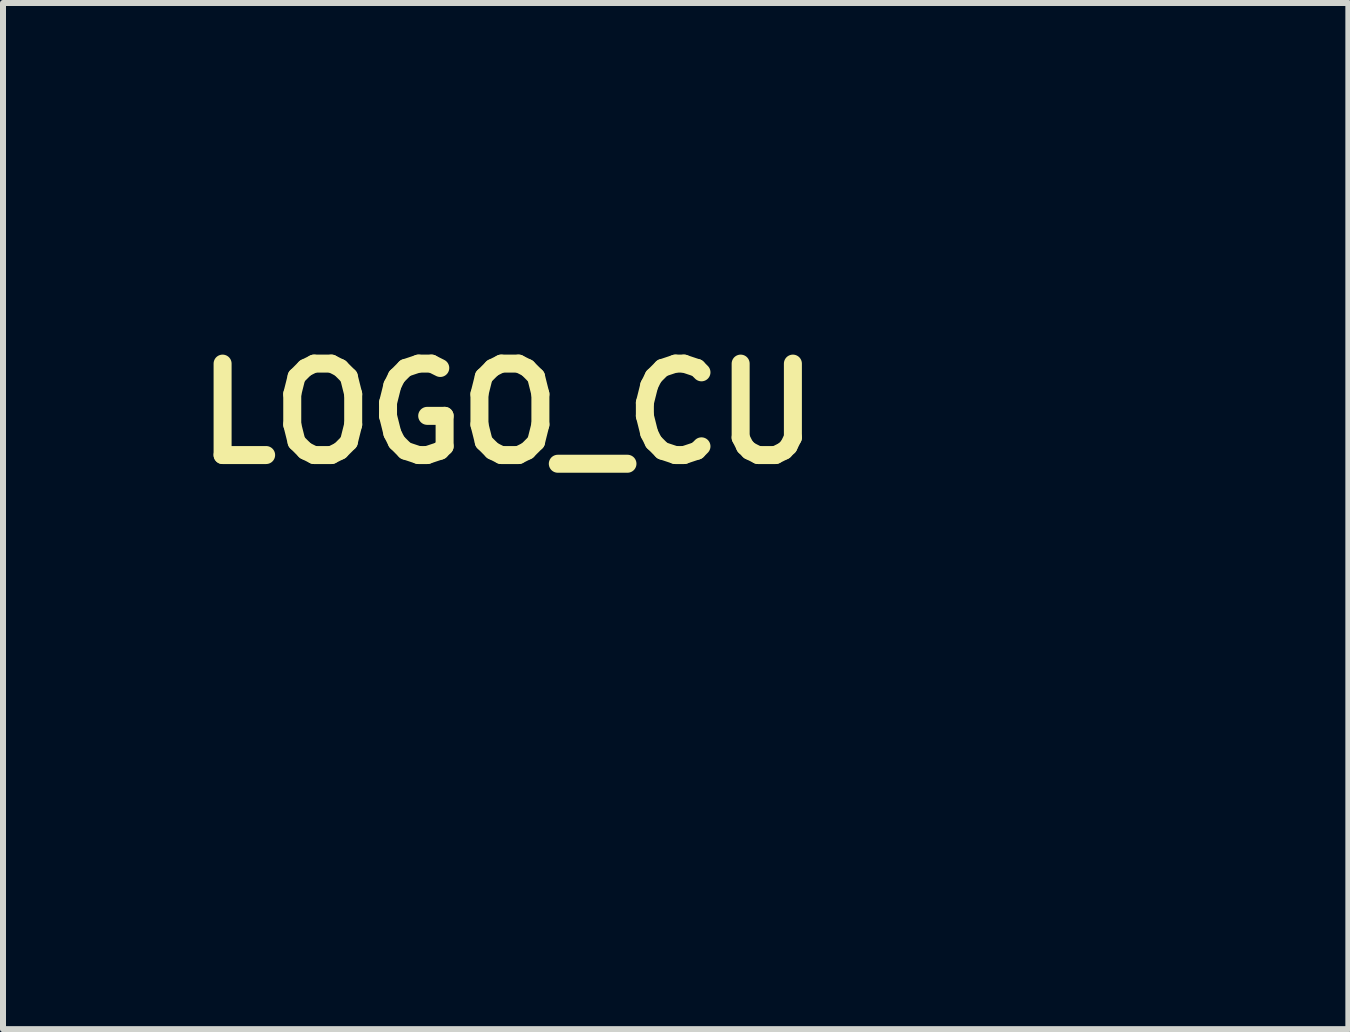
<source format=kicad_pcb>
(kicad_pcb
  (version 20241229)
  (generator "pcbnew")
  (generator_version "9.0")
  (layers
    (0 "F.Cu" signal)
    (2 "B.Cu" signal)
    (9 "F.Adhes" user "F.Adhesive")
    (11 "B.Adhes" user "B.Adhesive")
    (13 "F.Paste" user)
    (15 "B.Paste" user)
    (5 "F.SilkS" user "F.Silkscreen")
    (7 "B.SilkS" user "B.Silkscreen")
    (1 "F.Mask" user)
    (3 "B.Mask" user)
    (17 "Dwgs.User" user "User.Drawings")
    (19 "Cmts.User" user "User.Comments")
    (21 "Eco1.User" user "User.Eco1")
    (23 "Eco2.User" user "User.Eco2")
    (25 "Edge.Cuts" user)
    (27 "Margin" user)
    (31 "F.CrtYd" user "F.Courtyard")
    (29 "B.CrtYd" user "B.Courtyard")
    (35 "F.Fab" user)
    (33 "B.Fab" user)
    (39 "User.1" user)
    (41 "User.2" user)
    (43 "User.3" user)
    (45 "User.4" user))
  (footprint "LOGO_CU"
    (layer "F.Cu")
    (at 12.414 4.046)
    (property "Reference" "LOGO_CU" (at -7 -0.2 0) (layer "F.SilkS") (effects (font (size 1.524 1.524) (thickness 0.3))))
    (attr through_hole)
    (fp_poly (pts (xy -2.278 -3.206) (xy -2.278 -3.138) (xy -2.278 -3.071) (xy -2.277 -3.006) (xy -2.277 -2.942) (xy -2.277 -2.881) (xy -2.277 -2.823) (xy -2.277 -2.767) (xy -2.277 -2.713) (xy -2.277 -2.663) (xy -2.277 -2.616) (xy -2.277 -2.572) (xy -2.277 -2.532) (xy -2.277 -2.496) (xy -2.276 -2.464) (xy -2.276 -2.437) (xy -2.276 -2.414) (xy -2.276 -2.395) (xy -2.276 -2.382) (xy -2.276 -2.374) (xy -2.275 -2.371) (xy -2.273 -2.373) (xy -2.266 -2.377) (xy -2.255 -2.384) (xy -2.242 -2.393) (xy -2.227 -2.403) (xy -2.211 -2.413) (xy -2.145 -2.456) (xy -2.08 -2.497) (xy -2.016 -2.535) (xy -1.951 -2.572) (xy -1.884 -2.608) (xy -1.813 -2.645) (xy -1.777 -2.663) (xy -1.642 -2.726) (xy -1.506 -2.785) (xy -1.369 -2.838) (xy -1.23 -2.885) (xy -1.088 -2.928) (xy -0.944 -2.966) (xy -0.888 -2.979) (xy -0.866 -2.984) (xy -0.866 -4.041) (xy 0.866 -4.041) (xy 0.866 -2.984) (xy 0.883 -2.981) (xy 0.899 -2.977) (xy 0.919 -2.972) (xy 0.943 -2.966) (xy 0.97 -2.959) (xy 0.998 -2.952) (xy 1.027 -2.945) (xy 1.055 -2.937) (xy 1.081 -2.93) (xy 1.106 -2.923) (xy 1.117 -2.92) (xy 1.25 -2.879) (xy 1.383 -2.832) (xy 1.515 -2.781) (xy 1.646 -2.725) (xy 1.775 -2.664) (xy 1.901 -2.599) (xy 2.024 -2.53) (xy 2.144 -2.457) (xy 2.23 -2.402) (xy 2.243 -2.392) (xy 2.256 -2.384) (xy 2.266 -2.377) (xy 2.273 -2.373) (xy 2.275 -2.371) (xy 2.276 -2.374) (xy 2.276 -2.382) (xy 2.276 -2.395) (xy 2.276 -2.414) (xy 2.276 -2.437) (xy 2.276 -2.464) (xy 2.277 -2.496) (xy 2.277 -2.532) (xy 2.277 -2.572) (xy 2.277 -2.616) (xy 2.277 -2.663) (xy 2.277 -2.713) (xy 2.277 -2.767) (xy 2.277 -2.823) (xy 2.277 -2.882) (xy 2.277 -2.943) (xy 2.277 -3.006) (xy 2.278 -3.071) (xy 2.278 -3.138) (xy 2.278 -3.206) (xy 2.278 -4.041) (xy 4.007 -4.041) (xy 4.008 -1.566) (xy 4.008 -1.447) (xy 4.008 -1.329) (xy 4.008 -1.213) (xy 4.008 -1.098) (xy 4.008 -0.985) (xy 4.008 -0.873) (xy 4.008 -0.764) (xy 4.008 -0.656) (xy 4.008 -0.55) (xy 4.008 -0.447) (xy 4.008 -0.346) (xy 4.008 -0.247) (xy 4.008 -0.152) (xy 4.008 -0.058) (xy 4.008 0.032) (xy 4.008 0.119) (xy 4.008 0.203) (xy 4.008 0.283) (xy 4.008 0.361) (xy 4.008 0.434) (xy 4.008 0.504) (xy 4.008 0.57) (xy 4.008 0.632) (xy 4.008 0.69) (xy 4.008 0.743) (xy 4.008 0.793) (xy 4.008 0.837) (xy 4.008 0.877) (xy 4.007 0.912) (xy 4.007 0.943) (xy 4.007 0.968) (xy 4.007 0.988) (xy 4.007 1.003) (xy 4.007 1.012) (xy 4.007 1.013) (xy 4.006 1.073) (xy 4.003 1.129) (xy 4.001 1.183) (xy 3.997 1.236) (xy 3.992 1.291) (xy 3.987 1.348) (xy 3.983 1.379) (xy 3.964 1.526) (xy 3.939 1.672) (xy 3.909 1.817) (xy 3.874 1.961) (xy 3.833 2.103) (xy 3.787 2.244) (xy 3.735 2.384) (xy 3.679 2.521) (xy 3.618 2.656) (xy 3.552 2.789) (xy 3.481 2.919) (xy 3.405 3.046) (xy 3.324 3.17) (xy 3.239 3.292) (xy 3.194 3.353) (xy 3.128 3.437) (xy 3.058 3.521) (xy 2.986 3.604) (xy 2.912 3.685) (xy 2.836 3.763) (xy 2.761 3.837) (xy 2.685 3.907) (xy 2.673 3.917) (xy 2.664 3.926) (xy 2.656 3.933) (xy 2.651 3.938) (xy 2.65 3.94) (xy 2.651 3.943) (xy 2.656 3.95) (xy 2.662 3.962) (xy 2.671 3.978) (xy 2.683 3.998) (xy 2.697 4.022) (xy 2.713 4.05) (xy 2.731 4.081) (xy 2.751 4.116) (xy 2.772 4.153) (xy 2.796 4.194) (xy 2.821 4.237) (xy 2.847 4.283) (xy 2.875 4.331) (xy 2.904 4.382) (xy 2.934 4.434) (xy 2.965 4.488) (xy 2.997 4.543) (xy 3.03 4.6) (xy 3.063 4.658) (xy 3.097 4.717) (xy 3.132 4.776) (xy 3.166 4.836) (xy 3.201 4.897) (xy 3.236 4.957) (xy 3.271 5.018) (xy 3.306 5.078) (xy 3.341 5.138) (xy 3.375 5.197) (xy 3.409 5.255) (xy 3.442 5.313) (xy 3.474 5.369) (xy 3.506 5.423) (xy 3.536 5.476) (xy 3.566 5.528) (xy 3.594 5.577) (xy 3.621 5.624) (xy 3.647 5.668) (xy 3.671 5.71) (xy 3.694 5.749) (xy 3.715 5.785) (xy 3.734 5.818) (xy 3.751 5.847) (xy 3.766 5.873) (xy 3.779 5.895) (xy 3.789 5.913) (xy 3.797 5.926) (xy 3.803 5.936) (xy 3.806 5.94) (xy 3.806 5.941) (xy 3.809 5.946) (xy 3.808 5.949) (xy 3.805 5.951) (xy 3.798 5.956) (xy 3.788 5.962) (xy 3.774 5.971) (xy 3.759 5.98) (xy 3.749 5.987) (xy 3.577 6.091) (xy 3.403 6.19) (xy 3.227 6.283) (xy 3.048 6.372) (xy 2.867 6.455) (xy 2.684 6.534) (xy 2.499 6.607) (xy 2.312 6.674) (xy 2.123 6.737) (xy 1.932 6.794) (xy 1.739 6.846) (xy 1.544 6.892) (xy 1.348 6.934) (xy 1.224 6.957) (xy 1.118 6.974) (xy 1.008 6.991) (xy 0.896 7.006) (xy 0.784 7.02) (xy 0.672 7.031) (xy 0.563 7.041) (xy 0.556 7.041) (xy 0.534 7.043) (xy 0.514 7.045) (xy 0.496 7.046) (xy 0.479 7.047) (xy 0.463 7.048) (xy 0.448 7.049) (xy 0.433 7.05) (xy 0.418 7.051) (xy 0.401 7.052) (xy 0.384 7.052) (xy 0.366 7.053) (xy 0.346 7.053) (xy 0.323 7.053) (xy 0.298 7.053) (xy 0.271 7.054) (xy 0.239 7.054) (xy 0.204 7.054) (xy 0.165 7.054) (xy 0.122 7.054) (xy 0.073 7.054) (xy 0.021 7.054) (xy -0.037 7.054) (xy -0.09 7.054) (xy -0.138 7.054) (xy -0.181 7.054) (xy -0.22 7.054) (xy -0.254 7.054) (xy -0.285 7.054) (xy -0.312 7.054) (xy -0.336 7.054) (xy -0.356 7.053) (xy -0.374 7.053) (xy -0.389 7.052) (xy -0.402 7.052) (xy -0.414 7.051) (xy -0.418 7.051) (xy -0.602 7.037) (xy -0.783 7.02) (xy -0.961 6.997) (xy -1.137 6.971) (xy -1.311 6.94) (xy -1.485 6.905) (xy -1.659 6.866) (xy -1.701 6.855) (xy -1.895 6.804) (xy -2.086 6.748) (xy -2.276 6.687) (xy -2.463 6.62) (xy -2.649 6.548) (xy -2.832 6.471) (xy -3.013 6.389) (xy -3.192 6.301) (xy -3.369 6.208) (xy -3.544 6.11) (xy -3.716 6.007) (xy -3.744 5.989) (xy -3.764 5.977) (xy -3.779 5.968) (xy -3.79 5.96) (xy -3.798 5.955) (xy -3.803 5.951) (xy -3.806 5.948) (xy -3.807 5.946) (xy -3.807 5.944) (xy -3.806 5.942) (xy -3.804 5.939) (xy -3.8 5.932) (xy -3.793 5.92) (xy -3.783 5.903) (xy -3.771 5.883) (xy -3.757 5.858) (xy -3.741 5.83) (xy -3.723 5.799) (xy -3.702 5.764) (xy -3.68 5.726) (xy -3.657 5.685) (xy -3.632 5.641) (xy -3.605 5.595) (xy -3.577 5.547) (xy -3.548 5.497) (xy -3.518 5.444) (xy -3.486 5.39) (xy -3.454 5.335) (xy -3.421 5.278) (xy -3.388 5.22) (xy -3.354 5.161) (xy -3.32 5.101) (xy -3.285 5.041) (xy -3.25 4.981) (xy -3.215 4.92) (xy -3.18 4.86) (xy -3.145 4.799) (xy -3.111 4.74) (xy -3.076 4.68) (xy -3.043 4.622) (xy -3.01 4.565) (xy -2.978 4.509) (xy -2.946 4.454) (xy -2.916 4.402) (xy -2.886 4.351) (xy -2.858 4.302) (xy -2.831 4.255) (xy -2.806 4.211) (xy -2.782 4.169) (xy -2.759 4.13) (xy -2.739 4.095) (xy -2.72 4.062) (xy -2.703 4.033) (xy -2.689 4.008) (xy -2.676 3.986) (xy -2.666 3.969) (xy -2.658 3.955) (xy -2.653 3.946) (xy -2.651 3.942) (xy -2.651 3.942) (xy -2.652 3.939) (xy -2.658 3.933) (xy -2.667 3.924) (xy -2.678 3.914) (xy -2.691 3.902) (xy -2.701 3.892) (xy -2.745 3.852) (xy -2.79 3.808) (xy -2.837 3.762) (xy -2.884 3.713) (xy -2.931 3.664) (xy -2.977 3.614) (xy -3.021 3.565) (xy -3.043 3.539) (xy -3.138 3.424) (xy -3.229 3.306) (xy -3.315 3.185) (xy -3.396 3.06) (xy -3.472 2.933) (xy -3.544 2.803) (xy -3.611 2.671) (xy -3.673 2.536) (xy -3.73 2.399) (xy -3.781 2.26) (xy -3.828 2.12) (xy -3.869 1.977) (xy -3.906 1.833) (xy -3.936 1.687) (xy -3.962 1.54) (xy -3.982 1.392) (xy -3.991 1.311) (xy -3.996 1.25) (xy -4 1.191) (xy -4.003 1.131) (xy -4.006 1.069) (xy -4.007 1.015) (xy -4.007 1.007) (xy -4.007 0.993) (xy -4.007 0.975) (xy -4.007 0.951) (xy -4.007 0.922) (xy -4.008 0.888) (xy -4.008 0.849) (xy -4.008 0.805) (xy -4.008 0.757) (xy -4.008 0.705) (xy -4.008 0.648) (xy -4.008 0.587) (xy -4.008 0.522) (xy -4.008 0.453) (xy -4.008 0.38) (xy -4.008 0.304) (xy -4.008 0.224) (xy -4.008 0.141) (xy -4.008 0.054) (xy -4.008 -0.035) (xy -4.008 -0.128) (xy -4.008 -0.223) (xy -4.008 -0.321) (xy -4.008 -0.421) (xy -4.008 -0.524) (xy -4.008 -0.629) (xy -4.008 -0.714) (xy -2.354 -0.714) (xy -2.353 0.404) (xy -2.353 0.499) (xy -2.353 0.589) (xy -2.353 0.673) (xy -2.353 0.752) (xy -2.353 0.826) (xy -2.352 0.895) (xy -2.352 0.96) (xy -2.352 1.02) (xy -2.352 1.076) (xy -2.352 1.127) (xy -2.352 1.175) (xy -2.352 1.219) (xy -2.352 1.259) (xy -2.352 1.296) (xy -2.352 1.329) (xy -2.351 1.36) (xy -2.351 1.387) (xy -2.351 1.412) (xy -2.351 1.434) (xy -2.351 1.454) (xy -2.351 1.471) (xy -2.35 1.486) (xy -2.35 1.499) (xy -2.35 1.511) (xy -2.35 1.52) (xy -2.349 1.529) (xy -2.349 1.536) (xy -2.349 1.542) (xy -2.348 1.547) (xy -2.348 1.551) (xy -2.348 1.555) (xy -2.347 1.558) (xy -2.334 1.637) (xy -2.318 1.713) (xy -2.298 1.787) (xy -2.274 1.861) (xy -2.245 1.933) (xy -2.212 2.006) (xy -2.174 2.08) (xy -2.132 2.153) (xy -2.081 2.235) (xy -2.024 2.317) (xy -1.961 2.4) (xy -1.893 2.482) (xy -1.82 2.565) (xy -1.742 2.647) (xy -1.658 2.73) (xy -1.57 2.812) (xy -1.477 2.894) (xy -1.379 2.976) (xy -1.276 3.057) (xy -1.169 3.138) (xy -1.057 3.219) (xy -0.941 3.298) (xy -0.82 3.377) (xy -0.695 3.456) (xy -0.566 3.533) (xy -0.433 3.61) (xy -0.306 3.679) (xy -0.29 3.688) (xy -0.272 3.698) (xy -0.251 3.709) (xy -0.228 3.72) (xy -0.204 3.733) (xy -0.179 3.745) (xy -0.153 3.758) (xy -0.129 3.771) (xy -0.104 3.783) (xy -0.081 3.794) (xy -0.06 3.805) (xy -0.042 3.814) (xy -0.026 3.821) (xy -0.013 3.827) (xy -0.005 3.831) (xy -0.001 3.833) (xy -0.001 3.833) (xy 0.003 3.831) (xy 0.011 3.828) (xy 0.023 3.823) (xy 0.037 3.816) (xy 0.053 3.809) (xy 0.061 3.805) (xy 0.105 3.783) (xy 0.154 3.759) (xy 0.205 3.733) (xy 0.258 3.705) (xy 0.311 3.677) (xy 0.364 3.648) (xy 0.416 3.619) (xy 0.465 3.592) (xy 0.488 3.578) (xy 0.62 3.502) (xy 0.747 3.424) (xy 0.871 3.345) (xy 0.99 3.265) (xy 1.105 3.184) (xy 1.216 3.103) (xy 1.322 3.021) (xy 1.424 2.939) (xy 1.52 2.857) (xy 1.612 2.774) (xy 1.698 2.691) (xy 1.779 2.609) (xy 1.855 2.526) (xy 1.864 2.516) (xy 1.934 2.433) (xy 2 2.349) (xy 2.06 2.266) (xy 2.114 2.183) (xy 2.162 2.101) (xy 2.205 2.019) (xy 2.243 1.937) (xy 2.275 1.855) (xy 2.302 1.774) (xy 2.323 1.693) (xy 2.337 1.624) (xy 2.338 1.616) (xy 2.34 1.608) (xy 2.341 1.601) (xy 2.342 1.594) (xy 2.343 1.588) (xy 2.344 1.581) (xy 2.345 1.573) (xy 2.346 1.565) (xy 2.347 1.557) (xy 2.348 1.548) (xy 2.348 1.538) (xy 2.349 1.526) (xy 2.35 1.514) (xy 2.35 1.499) (xy 2.351 1.483) (xy 2.351 1.466) (xy 2.351 1.446) (xy 2.352 1.424) (xy 2.352 1.399) (xy 2.352 1.372) (xy 2.353 1.343) (xy 2.353 1.31) (xy 2.353 1.274) (xy 2.353 1.236) (xy 2.353 1.193) (xy 2.353 1.147) (xy 2.354 1.097) (xy 2.354 1.044) (xy 2.354 0.986) (xy 2.354 0.924) (xy 2.354 0.857) (xy 2.354 0.786) (xy 2.354 0.71) (xy 2.354 0.629) (xy 2.354 0.543) (xy 2.354 0.451) (xy 2.354 0.382) (xy 2.354 -0.714) (xy 2.329 -0.73) (xy 2.299 -0.749) (xy 2.264 -0.769) (xy 2.225 -0.791) (xy 2.181 -0.814) (xy 2.133 -0.839) (xy 2.124 -0.844) (xy 2.007 -0.9) (xy 1.885 -0.953) (xy 1.76 -1.003) (xy 1.631 -1.049) (xy 1.498 -1.092) (xy 1.362 -1.131) (xy 1.224 -1.166) (xy 1.082 -1.198) (xy 0.939 -1.225) (xy 0.794 -1.249) (xy 0.691 -1.263) (xy 0.527 -1.281) (xy 0.362 -1.294) (xy 0.196 -1.303) (xy 0.03 -1.306) (xy -0.135 -1.305) (xy -0.3 -1.298) (xy -0.464 -1.287) (xy -0.627 -1.271) (xy -0.788 -1.249) (xy -0.948 -1.223) (xy -1.105 -1.193) (xy -1.26 -1.157) (xy -1.322 -1.141) (xy -1.417 -1.115) (xy -1.512 -1.087) (xy -1.605 -1.057) (xy -1.698 -1.025) (xy -1.788 -0.991) (xy -1.876 -0.957) (xy -1.961 -0.921) (xy -2.043 -0.884) (xy -2.121 -0.846) (xy -2.195 -0.808) (xy -2.264 -0.769) (xy -2.328 -0.73) (xy -2.335 -0.726) (xy -2.354 -0.714) (xy -4.008 -0.714) (xy -4.008 -0.736) (xy -4.008 -0.846) (xy -4.008 -0.957) (xy -4.008 -1.07) (xy -4.008 -1.184) (xy -4.008 -1.3) (xy -4.008 -1.417) (xy -4.008 -1.536) (xy -4.008 -1.566) (xy -4.007 -4.041) (xy -2.278 -4.041) (xy -2.278 -3.206)) (stroke (width 0.01) (type solid)) (fill yes) (layer "F.Mask")))
  (gr_rect
    (start -3 -3)
    (end 19.427 14.106)
    (stroke (width 0.1) (type default))
    (fill no)
    (layer "Edge.Cuts")))
</source>
